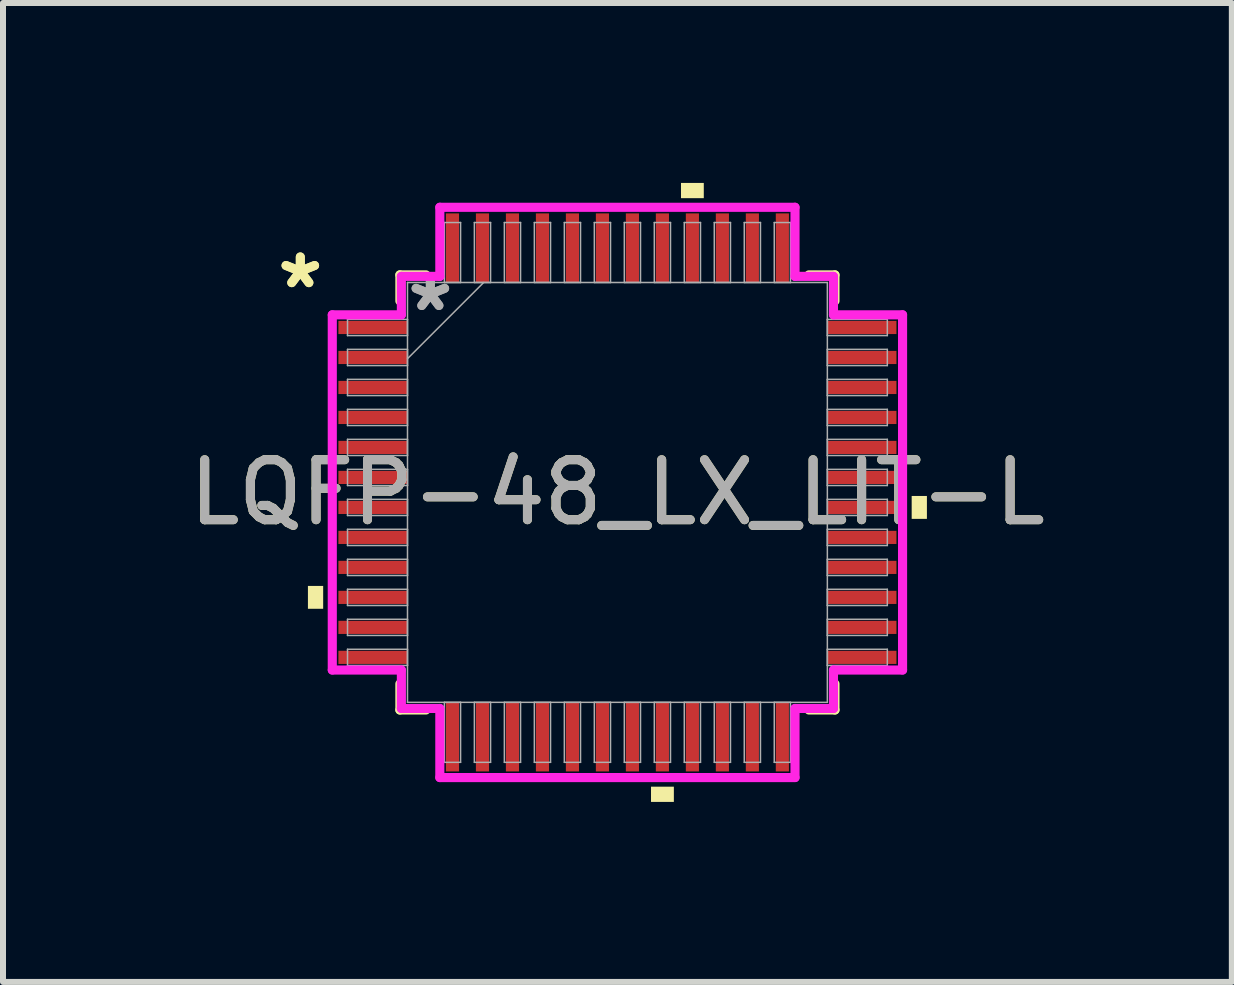
<source format=kicad_pcb>
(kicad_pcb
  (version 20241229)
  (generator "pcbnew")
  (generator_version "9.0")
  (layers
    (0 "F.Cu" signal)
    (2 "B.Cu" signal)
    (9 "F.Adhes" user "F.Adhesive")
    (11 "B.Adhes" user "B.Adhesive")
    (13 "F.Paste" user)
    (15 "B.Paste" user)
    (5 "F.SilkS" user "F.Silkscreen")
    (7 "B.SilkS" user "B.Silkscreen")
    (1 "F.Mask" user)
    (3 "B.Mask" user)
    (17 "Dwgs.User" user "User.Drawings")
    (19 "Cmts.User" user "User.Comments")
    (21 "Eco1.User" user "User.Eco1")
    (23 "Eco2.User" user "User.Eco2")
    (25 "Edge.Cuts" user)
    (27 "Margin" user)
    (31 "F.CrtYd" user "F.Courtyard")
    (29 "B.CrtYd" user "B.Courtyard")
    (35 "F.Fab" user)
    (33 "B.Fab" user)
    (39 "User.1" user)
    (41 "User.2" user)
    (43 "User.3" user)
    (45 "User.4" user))
  (footprint "LQFP-48_LX_LIT-L"
    (layer "F.Cu")
    (at 7.244 5.16)
    (property "Reference" "LQFP-48_LX_LIT-L" (at 0 0 0) (unlocked yes) (layer "F.SilkS") (effects (font (size 1 1) (thickness 0.15))))
    (attr smd)
    (fp_line (start -3.627 -3.627) (end -3.627 -3.192) (stroke (width 0.152) (type solid)) (layer "F.SilkS"))
    (fp_line (start -3.627 3.192) (end -3.627 3.627) (stroke (width 0.152) (type solid)) (layer "F.SilkS"))
    (fp_line (start -3.627 3.627) (end -3.192 3.627) (stroke (width 0.152) (type solid)) (layer "F.SilkS"))
    (fp_line (start -3.192 -3.627) (end -3.627 -3.627) (stroke (width 0.152) (type solid)) (layer "F.SilkS"))
    (fp_line (start 3.192 3.627) (end 3.627 3.627) (stroke (width 0.152) (type solid)) (layer "F.SilkS"))
    (fp_line (start 3.627 -3.627) (end 3.192 -3.627) (stroke (width 0.152) (type solid)) (layer "F.SilkS"))
    (fp_line (start 3.627 -3.192) (end 3.627 -3.627) (stroke (width 0.152) (type solid)) (layer "F.SilkS"))
    (fp_line (start 3.627 3.627) (end 3.627 3.192) (stroke (width 0.152) (type solid)) (layer "F.SilkS"))
    (fp_poly (pts (xy -5.16 1.559) (xy -5.16 1.94) (xy -4.906 1.94) (xy -4.906 1.559)) (stroke (width 0) (type solid)) (fill yes) (layer "F.SilkS"))
    (fp_poly (pts (xy 0.56 4.906) (xy 0.56 5.16) (xy 0.941 5.16) (xy 0.941 4.906)) (stroke (width 0) (type solid)) (fill yes) (layer "F.SilkS"))
    (fp_poly (pts (xy 1.06 -4.906) (xy 1.06 -5.16) (xy 1.44 -5.16) (xy 1.44 -4.906)) (stroke (width 0) (type solid)) (fill yes) (layer "F.SilkS"))
    (fp_poly (pts (xy 5.16 0.059) (xy 5.16 0.441) (xy 4.906 0.441) (xy 4.906 0.059)) (stroke (width 0) (type solid)) (fill yes) (layer "F.SilkS"))
    (fp_line (start -4.754 -2.961) (end -3.602 -2.961) (stroke (width 0.152) (type solid)) (layer "F.CrtYd"))
    (fp_line (start -4.754 2.961) (end -4.754 -2.961) (stroke (width 0.152) (type solid)) (layer "F.CrtYd"))
    (fp_line (start -3.602 -3.602) (end -2.961 -3.602) (stroke (width 0.152) (type solid)) (layer "F.CrtYd"))
    (fp_line (start -3.602 -2.961) (end -3.602 -3.602) (stroke (width 0.152) (type solid)) (layer "F.CrtYd"))
    (fp_line (start -3.602 2.961) (end -4.754 2.961) (stroke (width 0.152) (type solid)) (layer "F.CrtYd"))
    (fp_line (start -3.602 3.602) (end -3.602 2.961) (stroke (width 0.152) (type solid)) (layer "F.CrtYd"))
    (fp_line (start -3.602 3.602) (end -2.961 3.602) (stroke (width 0.152) (type solid)) (layer "F.CrtYd"))
    (fp_line (start -2.961 -4.754) (end 2.961 -4.754) (stroke (width 0.152) (type solid)) (layer "F.CrtYd"))
    (fp_line (start -2.961 -3.602) (end -2.961 -4.754) (stroke (width 0.152) (type solid)) (layer "F.CrtYd"))
    (fp_line (start -2.961 3.602) (end -2.961 4.754) (stroke (width 0.152) (type solid)) (layer "F.CrtYd"))
    (fp_line (start -2.961 4.754) (end 2.961 4.754) (stroke (width 0.152) (type solid)) (layer "F.CrtYd"))
    (fp_line (start 2.961 -4.754) (end 2.961 -3.602) (stroke (width 0.152) (type solid)) (layer "F.CrtYd"))
    (fp_line (start 2.961 -3.602) (end 3.602 -3.602) (stroke (width 0.152) (type solid)) (layer "F.CrtYd"))
    (fp_line (start 2.961 3.602) (end 3.602 3.602) (stroke (width 0.152) (type solid)) (layer "F.CrtYd"))
    (fp_line (start 2.961 4.754) (end 2.961 3.602) (stroke (width 0.152) (type solid)) (layer "F.CrtYd"))
    (fp_line (start 3.602 -2.961) (end 3.602 -3.602) (stroke (width 0.152) (type solid)) (layer "F.CrtYd"))
    (fp_line (start 3.602 2.961) (end 4.754 2.961) (stroke (width 0.152) (type solid)) (layer "F.CrtYd"))
    (fp_line (start 3.602 3.602) (end 3.602 2.961) (stroke (width 0.152) (type solid)) (layer "F.CrtYd"))
    (fp_line (start 4.754 -2.961) (end 3.602 -2.961) (stroke (width 0.152) (type solid)) (layer "F.CrtYd"))
    (fp_line (start 4.754 2.961) (end 4.754 -2.961) (stroke (width 0.152) (type solid)) (layer "F.CrtYd"))
    (fp_line (start -4.5 -2.885) (end -4.5 -2.615) (stroke (width 0.025) (type solid)) (layer "F.Fab"))
    (fp_line (start -4.5 -2.615) (end -3.5 -2.615) (stroke (width 0.025) (type solid)) (layer "F.Fab"))
    (fp_line (start -4.5 -2.385) (end -4.5 -2.115) (stroke (width 0.025) (type solid)) (layer "F.Fab"))
    (fp_line (start -4.5 -2.115) (end -3.5 -2.115) (stroke (width 0.025) (type solid)) (layer "F.Fab"))
    (fp_line (start -4.5 -1.885) (end -4.5 -1.615) (stroke (width 0.025) (type solid)) (layer "F.Fab"))
    (fp_line (start -4.5 -1.615) (end -3.5 -1.615) (stroke (width 0.025) (type solid)) (layer "F.Fab"))
    (fp_line (start -4.5 -1.385) (end -4.5 -1.115) (stroke (width 0.025) (type solid)) (layer "F.Fab"))
    (fp_line (start -4.5 -1.115) (end -3.5 -1.115) (stroke (width 0.025) (type solid)) (layer "F.Fab"))
    (fp_line (start -4.5 -0.885) (end -4.5 -0.615) (stroke (width 0.025) (type solid)) (layer "F.Fab"))
    (fp_line (start -4.5 -0.615) (end -3.5 -0.615) (stroke (width 0.025) (type solid)) (layer "F.Fab"))
    (fp_line (start -4.5 -0.385) (end -4.5 -0.115) (stroke (width 0.025) (type solid)) (layer "F.Fab"))
    (fp_line (start -4.5 -0.115) (end -3.5 -0.115) (stroke (width 0.025) (type solid)) (layer "F.Fab"))
    (fp_line (start -4.5 0.115) (end -4.5 0.385) (stroke (width 0.025) (type solid)) (layer "F.Fab"))
    (fp_line (start -4.5 0.385) (end -3.5 0.385) (stroke (width 0.025) (type solid)) (layer "F.Fab"))
    (fp_line (start -4.5 0.615) (end -4.5 0.885) (stroke (width 0.025) (type solid)) (layer "F.Fab"))
    (fp_line (start -4.5 0.885) (end -3.5 0.885) (stroke (width 0.025) (type solid)) (layer "F.Fab"))
    (fp_line (start -4.5 1.115) (end -4.5 1.385) (stroke (width 0.025) (type solid)) (layer "F.Fab"))
    (fp_line (start -4.5 1.385) (end -3.5 1.385) (stroke (width 0.025) (type solid)) (layer "F.Fab"))
    (fp_line (start -4.5 1.615) (end -4.5 1.885) (stroke (width 0.025) (type solid)) (layer "F.Fab"))
    (fp_line (start -4.5 1.885) (end -3.5 1.885) (stroke (width 0.025) (type solid)) (layer "F.Fab"))
    (fp_line (start -4.5 2.115) (end -4.5 2.385) (stroke (width 0.025) (type solid)) (layer "F.Fab"))
    (fp_line (start -4.5 2.385) (end -3.5 2.385) (stroke (width 0.025) (type solid)) (layer "F.Fab"))
    (fp_line (start -4.5 2.615) (end -4.5 2.885) (stroke (width 0.025) (type solid)) (layer "F.Fab"))
    (fp_line (start -4.5 2.885) (end -3.5 2.885) (stroke (width 0.025) (type solid)) (layer "F.Fab"))
    (fp_line (start -3.5 -3.5) (end -3.5 3.5) (stroke (width 0.025) (type solid)) (layer "F.Fab"))
    (fp_line (start -3.5 -2.885) (end -4.5 -2.885) (stroke (width 0.025) (type solid)) (layer "F.Fab"))
    (fp_line (start -3.5 -2.615) (end -3.5 -2.885) (stroke (width 0.025) (type solid)) (layer "F.Fab"))
    (fp_line (start -3.5 -2.385) (end -4.5 -2.385) (stroke (width 0.025) (type solid)) (layer "F.Fab"))
    (fp_line (start -3.5 -2.23) (end -2.23 -3.5) (stroke (width 0.025) (type solid)) (layer "F.Fab"))
    (fp_line (start -3.5 -2.115) (end -3.5 -2.385) (stroke (width 0.025) (type solid)) (layer "F.Fab"))
    (fp_line (start -3.5 -1.885) (end -4.5 -1.885) (stroke (width 0.025) (type solid)) (layer "F.Fab"))
    (fp_line (start -3.5 -1.615) (end -3.5 -1.885) (stroke (width 0.025) (type solid)) (layer "F.Fab"))
    (fp_line (start -3.5 -1.385) (end -4.5 -1.385) (stroke (width 0.025) (type solid)) (layer "F.Fab"))
    (fp_line (start -3.5 -1.115) (end -3.5 -1.385) (stroke (width 0.025) (type solid)) (layer "F.Fab"))
    (fp_line (start -3.5 -0.885) (end -4.5 -0.885) (stroke (width 0.025) (type solid)) (layer "F.Fab"))
    (fp_line (start -3.5 -0.615) (end -3.5 -0.885) (stroke (width 0.025) (type solid)) (layer "F.Fab"))
    (fp_line (start -3.5 -0.385) (end -4.5 -0.385) (stroke (width 0.025) (type solid)) (layer "F.Fab"))
    (fp_line (start -3.5 -0.115) (end -3.5 -0.385) (stroke (width 0.025) (type solid)) (layer "F.Fab"))
    (fp_line (start -3.5 0.115) (end -4.5 0.115) (stroke (width 0.025) (type solid)) (layer "F.Fab"))
    (fp_line (start -3.5 0.385) (end -3.5 0.115) (stroke (width 0.025) (type solid)) (layer "F.Fab"))
    (fp_line (start -3.5 0.615) (end -4.5 0.615) (stroke (width 0.025) (type solid)) (layer "F.Fab"))
    (fp_line (start -3.5 0.885) (end -3.5 0.615) (stroke (width 0.025) (type solid)) (layer "F.Fab"))
    (fp_line (start -3.5 1.115) (end -4.5 1.115) (stroke (width 0.025) (type solid)) (layer "F.Fab"))
    (fp_line (start -3.5 1.385) (end -3.5 1.115) (stroke (width 0.025) (type solid)) (layer "F.Fab"))
    (fp_line (start -3.5 1.615) (end -4.5 1.615) (stroke (width 0.025) (type solid)) (layer "F.Fab"))
    (fp_line (start -3.5 1.885) (end -3.5 1.615) (stroke (width 0.025) (type solid)) (layer "F.Fab"))
    (fp_line (start -3.5 2.115) (end -4.5 2.115) (stroke (width 0.025) (type solid)) (layer "F.Fab"))
    (fp_line (start -3.5 2.385) (end -3.5 2.115) (stroke (width 0.025) (type solid)) (layer "F.Fab"))
    (fp_line (start -3.5 2.615) (end -4.5 2.615) (stroke (width 0.025) (type solid)) (layer "F.Fab"))
    (fp_line (start -3.5 2.885) (end -3.5 2.615) (stroke (width 0.025) (type solid)) (layer "F.Fab"))
    (fp_line (start -3.5 3.5) (end 3.5 3.5) (stroke (width 0.025) (type solid)) (layer "F.Fab"))
    (fp_line (start -2.885 -4.5) (end -2.885 -3.5) (stroke (width 0.025) (type solid)) (layer "F.Fab"))
    (fp_line (start -2.885 -3.5) (end -2.615 -3.5) (stroke (width 0.025) (type solid)) (layer "F.Fab"))
    (fp_line (start -2.885 3.5) (end -2.885 4.5) (stroke (width 0.025) (type solid)) (layer "F.Fab"))
    (fp_line (start -2.885 4.5) (end -2.615 4.5) (stroke (width 0.025) (type solid)) (layer "F.Fab"))
    (fp_line (start -2.615 -4.5) (end -2.885 -4.5) (stroke (width 0.025) (type solid)) (layer "F.Fab"))
    (fp_line (start -2.615 -3.5) (end -2.615 -4.5) (stroke (width 0.025) (type solid)) (layer "F.Fab"))
    (fp_line (start -2.615 3.5) (end -2.885 3.5) (stroke (width 0.025) (type solid)) (layer "F.Fab"))
    (fp_line (start -2.615 4.5) (end -2.615 3.5) (stroke (width 0.025) (type solid)) (layer "F.Fab"))
    (fp_line (start -2.385 -4.5) (end -2.385 -3.5) (stroke (width 0.025) (type solid)) (layer "F.Fab"))
    (fp_line (start -2.385 -3.5) (end -2.115 -3.5) (stroke (width 0.025) (type solid)) (layer "F.Fab"))
    (fp_line (start -2.385 3.5) (end -2.385 4.5) (stroke (width 0.025) (type solid)) (layer "F.Fab"))
    (fp_line (start -2.385 4.5) (end -2.115 4.5) (stroke (width 0.025) (type solid)) (layer "F.Fab"))
    (fp_line (start -2.115 -4.5) (end -2.385 -4.5) (stroke (width 0.025) (type solid)) (layer "F.Fab"))
    (fp_line (start -2.115 -3.5) (end -2.115 -4.5) (stroke (width 0.025) (type solid)) (layer "F.Fab"))
    (fp_line (start -2.115 3.5) (end -2.385 3.5) (stroke (width 0.025) (type solid)) (layer "F.Fab"))
    (fp_line (start -2.115 4.5) (end -2.115 3.5) (stroke (width 0.025) (type solid)) (layer "F.Fab"))
    (fp_line (start -1.885 -4.5) (end -1.885 -3.5) (stroke (width 0.025) (type solid)) (layer "F.Fab"))
    (fp_line (start -1.885 -3.5) (end -1.615 -3.5) (stroke (width 0.025) (type solid)) (layer "F.Fab"))
    (fp_line (start -1.885 3.5) (end -1.885 4.5) (stroke (width 0.025) (type solid)) (layer "F.Fab"))
    (fp_line (start -1.885 4.5) (end -1.615 4.5) (stroke (width 0.025) (type solid)) (layer "F.Fab"))
    (fp_line (start -1.615 -4.5) (end -1.885 -4.5) (stroke (width 0.025) (type solid)) (layer "F.Fab"))
    (fp_line (start -1.615 -3.5) (end -1.615 -4.5) (stroke (width 0.025) (type solid)) (layer "F.Fab"))
    (fp_line (start -1.615 3.5) (end -1.885 3.5) (stroke (width 0.025) (type solid)) (layer "F.Fab"))
    (fp_line (start -1.615 4.5) (end -1.615 3.5) (stroke (width 0.025) (type solid)) (layer "F.Fab"))
    (fp_line (start -1.385 -4.5) (end -1.385 -3.5) (stroke (width 0.025) (type solid)) (layer "F.Fab"))
    (fp_line (start -1.385 -3.5) (end -1.115 -3.5) (stroke (width 0.025) (type solid)) (layer "F.Fab"))
    (fp_line (start -1.385 3.5) (end -1.385 4.5) (stroke (width 0.025) (type solid)) (layer "F.Fab"))
    (fp_line (start -1.385 4.5) (end -1.115 4.5) (stroke (width 0.025) (type solid)) (layer "F.Fab"))
    (fp_line (start -1.115 -4.5) (end -1.385 -4.5) (stroke (width 0.025) (type solid)) (layer "F.Fab"))
    (fp_line (start -1.115 -3.5) (end -1.115 -4.5) (stroke (width 0.025) (type solid)) (layer "F.Fab"))
    (fp_line (start -1.115 3.5) (end -1.385 3.5) (stroke (width 0.025) (type solid)) (layer "F.Fab"))
    (fp_line (start -1.115 4.5) (end -1.115 3.5) (stroke (width 0.025) (type solid)) (layer "F.Fab"))
    (fp_line (start -0.885 -4.5) (end -0.885 -3.5) (stroke (width 0.025) (type solid)) (layer "F.Fab"))
    (fp_line (start -0.885 -3.5) (end -0.615 -3.5) (stroke (width 0.025) (type solid)) (layer "F.Fab"))
    (fp_line (start -0.885 3.5) (end -0.885 4.5) (stroke (width 0.025) (type solid)) (layer "F.Fab"))
    (fp_line (start -0.885 4.5) (end -0.615 4.5) (stroke (width 0.025) (type solid)) (layer "F.Fab"))
    (fp_line (start -0.615 -4.5) (end -0.885 -4.5) (stroke (width 0.025) (type solid)) (layer "F.Fab"))
    (fp_line (start -0.615 -3.5) (end -0.615 -4.5) (stroke (width 0.025) (type solid)) (layer "F.Fab"))
    (fp_line (start -0.615 3.5) (end -0.885 3.5) (stroke (width 0.025) (type solid)) (layer "F.Fab"))
    (fp_line (start -0.615 4.5) (end -0.615 3.5) (stroke (width 0.025) (type solid)) (layer "F.Fab"))
    (fp_line (start -0.385 -4.5) (end -0.385 -3.5) (stroke (width 0.025) (type solid)) (layer "F.Fab"))
    (fp_line (start -0.385 -3.5) (end -0.115 -3.5) (stroke (width 0.025) (type solid)) (layer "F.Fab"))
    (fp_line (start -0.385 3.5) (end -0.385 4.5) (stroke (width 0.025) (type solid)) (layer "F.Fab"))
    (fp_line (start -0.385 4.5) (end -0.115 4.5) (stroke (width 0.025) (type solid)) (layer "F.Fab"))
    (fp_line (start -0.115 -4.5) (end -0.385 -4.5) (stroke (width 0.025) (type solid)) (layer "F.Fab"))
    (fp_line (start -0.115 -3.5) (end -0.115 -4.5) (stroke (width 0.025) (type solid)) (layer "F.Fab"))
    (fp_line (start -0.115 3.5) (end -0.385 3.5) (stroke (width 0.025) (type solid)) (layer "F.Fab"))
    (fp_line (start -0.115 4.5) (end -0.115 3.5) (stroke (width 0.025) (type solid)) (layer "F.Fab"))
    (fp_line (start 0.115 -4.5) (end 0.115 -3.5) (stroke (width 0.025) (type solid)) (layer "F.Fab"))
    (fp_line (start 0.115 -3.5) (end 0.385 -3.5) (stroke (width 0.025) (type solid)) (layer "F.Fab"))
    (fp_line (start 0.115 3.5) (end 0.115 4.5) (stroke (width 0.025) (type solid)) (layer "F.Fab"))
    (fp_line (start 0.115 4.5) (end 0.385 4.5) (stroke (width 0.025) (type solid)) (layer "F.Fab"))
    (fp_line (start 0.385 -4.5) (end 0.115 -4.5) (stroke (width 0.025) (type solid)) (layer "F.Fab"))
    (fp_line (start 0.385 -3.5) (end 0.385 -4.5) (stroke (width 0.025) (type solid)) (layer "F.Fab"))
    (fp_line (start 0.385 3.5) (end 0.115 3.5) (stroke (width 0.025) (type solid)) (layer "F.Fab"))
    (fp_line (start 0.385 4.5) (end 0.385 3.5) (stroke (width 0.025) (type solid)) (layer "F.Fab"))
    (fp_line (start 0.615 -4.5) (end 0.615 -3.5) (stroke (width 0.025) (type solid)) (layer "F.Fab"))
    (fp_line (start 0.615 -3.5) (end 0.885 -3.5) (stroke (width 0.025) (type solid)) (layer "F.Fab"))
    (fp_line (start 0.615 3.5) (end 0.615 4.5) (stroke (width 0.025) (type solid)) (layer "F.Fab"))
    (fp_line (start 0.615 4.5) (end 0.885 4.5) (stroke (width 0.025) (type solid)) (layer "F.Fab"))
    (fp_line (start 0.885 -4.5) (end 0.615 -4.5) (stroke (width 0.025) (type solid)) (layer "F.Fab"))
    (fp_line (start 0.885 -3.5) (end 0.885 -4.5) (stroke (width 0.025) (type solid)) (layer "F.Fab"))
    (fp_line (start 0.885 3.5) (end 0.615 3.5) (stroke (width 0.025) (type solid)) (layer "F.Fab"))
    (fp_line (start 0.885 4.5) (end 0.885 3.5) (stroke (width 0.025) (type solid)) (layer "F.Fab"))
    (fp_line (start 1.115 -4.5) (end 1.115 -3.5) (stroke (width 0.025) (type solid)) (layer "F.Fab"))
    (fp_line (start 1.115 -3.5) (end 1.385 -3.5) (stroke (width 0.025) (type solid)) (layer "F.Fab"))
    (fp_line (start 1.115 3.5) (end 1.115 4.5) (stroke (width 0.025) (type solid)) (layer "F.Fab"))
    (fp_line (start 1.115 4.5) (end 1.385 4.5) (stroke (width 0.025) (type solid)) (layer "F.Fab"))
    (fp_line (start 1.385 -4.5) (end 1.115 -4.5) (stroke (width 0.025) (type solid)) (layer "F.Fab"))
    (fp_line (start 1.385 -3.5) (end 1.385 -4.5) (stroke (width 0.025) (type solid)) (layer "F.Fab"))
    (fp_line (start 1.385 3.5) (end 1.115 3.5) (stroke (width 0.025) (type solid)) (layer "F.Fab"))
    (fp_line (start 1.385 4.5) (end 1.385 3.5) (stroke (width 0.025) (type solid)) (layer "F.Fab"))
    (fp_line (start 1.615 -4.5) (end 1.615 -3.5) (stroke (width 0.025) (type solid)) (layer "F.Fab"))
    (fp_line (start 1.615 -3.5) (end 1.885 -3.5) (stroke (width 0.025) (type solid)) (layer "F.Fab"))
    (fp_line (start 1.615 3.5) (end 1.615 4.5) (stroke (width 0.025) (type solid)) (layer "F.Fab"))
    (fp_line (start 1.615 4.5) (end 1.885 4.5) (stroke (width 0.025) (type solid)) (layer "F.Fab"))
    (fp_line (start 1.885 -4.5) (end 1.615 -4.5) (stroke (width 0.025) (type solid)) (layer "F.Fab"))
    (fp_line (start 1.885 -3.5) (end 1.885 -4.5) (stroke (width 0.025) (type solid)) (layer "F.Fab"))
    (fp_line (start 1.885 3.5) (end 1.615 3.5) (stroke (width 0.025) (type solid)) (layer "F.Fab"))
    (fp_line (start 1.885 4.5) (end 1.885 3.5) (stroke (width 0.025) (type solid)) (layer "F.Fab"))
    (fp_line (start 2.115 -4.5) (end 2.115 -3.5) (stroke (width 0.025) (type solid)) (layer "F.Fab"))
    (fp_line (start 2.115 -3.5) (end 2.385 -3.5) (stroke (width 0.025) (type solid)) (layer "F.Fab"))
    (fp_line (start 2.115 3.5) (end 2.115 4.5) (stroke (width 0.025) (type solid)) (layer "F.Fab"))
    (fp_line (start 2.115 4.5) (end 2.385 4.5) (stroke (width 0.025) (type solid)) (layer "F.Fab"))
    (fp_line (start 2.385 -4.5) (end 2.115 -4.5) (stroke (width 0.025) (type solid)) (layer "F.Fab"))
    (fp_line (start 2.385 -3.5) (end 2.385 -4.5) (stroke (width 0.025) (type solid)) (layer "F.Fab"))
    (fp_line (start 2.385 3.5) (end 2.115 3.5) (stroke (width 0.025) (type solid)) (layer "F.Fab"))
    (fp_line (start 2.385 4.5) (end 2.385 3.5) (stroke (width 0.025) (type solid)) (layer "F.Fab"))
    (fp_line (start 2.615 -4.5) (end 2.615 -3.5) (stroke (width 0.025) (type solid)) (layer "F.Fab"))
    (fp_line (start 2.615 -3.5) (end 2.885 -3.5) (stroke (width 0.025) (type solid)) (layer "F.Fab"))
    (fp_line (start 2.615 3.5) (end 2.615 4.5) (stroke (width 0.025) (type solid)) (layer "F.Fab"))
    (fp_line (start 2.615 4.5) (end 2.885 4.5) (stroke (width 0.025) (type solid)) (layer "F.Fab"))
    (fp_line (start 2.885 -4.5) (end 2.615 -4.5) (stroke (width 0.025) (type solid)) (layer "F.Fab"))
    (fp_line (start 2.885 -3.5) (end 2.885 -4.5) (stroke (width 0.025) (type solid)) (layer "F.Fab"))
    (fp_line (start 2.885 3.5) (end 2.615 3.5) (stroke (width 0.025) (type solid)) (layer "F.Fab"))
    (fp_line (start 2.885 4.5) (end 2.885 3.5) (stroke (width 0.025) (type solid)) (layer "F.Fab"))
    (fp_line (start 3.5 -3.5) (end -3.5 -3.5) (stroke (width 0.025) (type solid)) (layer "F.Fab"))
    (fp_line (start 3.5 -2.885) (end 3.5 -2.615) (stroke (width 0.025) (type solid)) (layer "F.Fab"))
    (fp_line (start 3.5 -2.615) (end 4.5 -2.615) (stroke (width 0.025) (type solid)) (layer "F.Fab"))
    (fp_line (start 3.5 -2.385) (end 3.5 -2.115) (stroke (width 0.025) (type solid)) (layer "F.Fab"))
    (fp_line (start 3.5 -2.115) (end 4.5 -2.115) (stroke (width 0.025) (type solid)) (layer "F.Fab"))
    (fp_line (start 3.5 -1.885) (end 3.5 -1.615) (stroke (width 0.025) (type solid)) (layer "F.Fab"))
    (fp_line (start 3.5 -1.615) (end 4.5 -1.615) (stroke (width 0.025) (type solid)) (layer "F.Fab"))
    (fp_line (start 3.5 -1.385) (end 3.5 -1.115) (stroke (width 0.025) (type solid)) (layer "F.Fab"))
    (fp_line (start 3.5 -1.115) (end 4.5 -1.115) (stroke (width 0.025) (type solid)) (layer "F.Fab"))
    (fp_line (start 3.5 -0.885) (end 3.5 -0.615) (stroke (width 0.025) (type solid)) (layer "F.Fab"))
    (fp_line (start 3.5 -0.615) (end 4.5 -0.615) (stroke (width 0.025) (type solid)) (layer "F.Fab"))
    (fp_line (start 3.5 -0.385) (end 3.5 -0.115) (stroke (width 0.025) (type solid)) (layer "F.Fab"))
    (fp_line (start 3.5 -0.115) (end 4.5 -0.115) (stroke (width 0.025) (type solid)) (layer "F.Fab"))
    (fp_line (start 3.5 0.115) (end 3.5 0.385) (stroke (width 0.025) (type solid)) (layer "F.Fab"))
    (fp_line (start 3.5 0.385) (end 4.5 0.385) (stroke (width 0.025) (type solid)) (layer "F.Fab"))
    (fp_line (start 3.5 0.615) (end 3.5 0.885) (stroke (width 0.025) (type solid)) (layer "F.Fab"))
    (fp_line (start 3.5 0.885) (end 4.5 0.885) (stroke (width 0.025) (type solid)) (layer "F.Fab"))
    (fp_line (start 3.5 1.115) (end 3.5 1.385) (stroke (width 0.025) (type solid)) (layer "F.Fab"))
    (fp_line (start 3.5 1.385) (end 4.5 1.385) (stroke (width 0.025) (type solid)) (layer "F.Fab"))
    (fp_line (start 3.5 1.615) (end 3.5 1.885) (stroke (width 0.025) (type solid)) (layer "F.Fab"))
    (fp_line (start 3.5 1.885) (end 4.5 1.885) (stroke (width 0.025) (type solid)) (layer "F.Fab"))
    (fp_line (start 3.5 2.115) (end 3.5 2.385) (stroke (width 0.025) (type solid)) (layer "F.Fab"))
    (fp_line (start 3.5 2.385) (end 4.5 2.385) (stroke (width 0.025) (type solid)) (layer "F.Fab"))
    (fp_line (start 3.5 2.615) (end 3.5 2.885) (stroke (width 0.025) (type solid)) (layer "F.Fab"))
    (fp_line (start 3.5 2.885) (end 4.5 2.885) (stroke (width 0.025) (type solid)) (layer "F.Fab"))
    (fp_line (start 3.5 3.5) (end 3.5 -3.5) (stroke (width 0.025) (type solid)) (layer "F.Fab"))
    (fp_line (start 4.5 -2.885) (end 3.5 -2.885) (stroke (width 0.025) (type solid)) (layer "F.Fab"))
    (fp_line (start 4.5 -2.615) (end 4.5 -2.885) (stroke (width 0.025) (type solid)) (layer "F.Fab"))
    (fp_line (start 4.5 -2.385) (end 3.5 -2.385) (stroke (width 0.025) (type solid)) (layer "F.Fab"))
    (fp_line (start 4.5 -2.115) (end 4.5 -2.385) (stroke (width 0.025) (type solid)) (layer "F.Fab"))
    (fp_line (start 4.5 -1.885) (end 3.5 -1.885) (stroke (width 0.025) (type solid)) (layer "F.Fab"))
    (fp_line (start 4.5 -1.615) (end 4.5 -1.885) (stroke (width 0.025) (type solid)) (layer "F.Fab"))
    (fp_line (start 4.5 -1.385) (end 3.5 -1.385) (stroke (width 0.025) (type solid)) (layer "F.Fab"))
    (fp_line (start 4.5 -1.115) (end 4.5 -1.385) (stroke (width 0.025) (type solid)) (layer "F.Fab"))
    (fp_line (start 4.5 -0.885) (end 3.5 -0.885) (stroke (width 0.025) (type solid)) (layer "F.Fab"))
    (fp_line (start 4.5 -0.615) (end 4.5 -0.885) (stroke (width 0.025) (type solid)) (layer "F.Fab"))
    (fp_line (start 4.5 -0.385) (end 3.5 -0.385) (stroke (width 0.025) (type solid)) (layer "F.Fab"))
    (fp_line (start 4.5 -0.115) (end 4.5 -0.385) (stroke (width 0.025) (type solid)) (layer "F.Fab"))
    (fp_line (start 4.5 0.115) (end 3.5 0.115) (stroke (width 0.025) (type solid)) (layer "F.Fab"))
    (fp_line (start 4.5 0.385) (end 4.5 0.115) (stroke (width 0.025) (type solid)) (layer "F.Fab"))
    (fp_line (start 4.5 0.615) (end 3.5 0.615) (stroke (width 0.025) (type solid)) (layer "F.Fab"))
    (fp_line (start 4.5 0.885) (end 4.5 0.615) (stroke (width 0.025) (type solid)) (layer "F.Fab"))
    (fp_line (start 4.5 1.115) (end 3.5 1.115) (stroke (width 0.025) (type solid)) (layer "F.Fab"))
    (fp_line (start 4.5 1.385) (end 4.5 1.115) (stroke (width 0.025) (type solid)) (layer "F.Fab"))
    (fp_line (start 4.5 1.615) (end 3.5 1.615) (stroke (width 0.025) (type solid)) (layer "F.Fab"))
    (fp_line (start 4.5 1.885) (end 4.5 1.615) (stroke (width 0.025) (type solid)) (layer "F.Fab"))
    (fp_line (start 4.5 2.115) (end 3.5 2.115) (stroke (width 0.025) (type solid)) (layer "F.Fab"))
    (fp_line (start 4.5 2.385) (end 4.5 2.115) (stroke (width 0.025) (type solid)) (layer "F.Fab"))
    (fp_line (start 4.5 2.615) (end 3.5 2.615) (stroke (width 0.025) (type solid)) (layer "F.Fab"))
    (fp_line (start 4.5 2.885) (end 4.5 2.615) (stroke (width 0.025) (type solid)) (layer "F.Fab"))
    (fp_text user "*" (at -5.287 -3.381 0) (unlocked yes) (layer "F.SilkS") (effects (font (size 1 1) (thickness 0.15))))
    (fp_text user "*" (at -5.287 -3.381 0) (layer "F.SilkS") (effects (font (size 1 1) (thickness 0.15))))
    (fp_text user "*" (at -3.119 -3 0) (unlocked yes) (layer "F.Fab") (effects (font (size 1 1) (thickness 0.15))))
    (fp_text user "*" (at -3.119 -3 0) (layer "F.Fab") (effects (font (size 1 1) (thickness 0.15))))
    (fp_text user "${REFERENCE}" (at 0 0 0) (unlocked yes) (layer "F.Fab") (effects (font (size 1 1) (thickness 0.15))))
    (pad "1" smd rect (at -4.076 -2.75 90) (size 0.219 1.152) (layers "F.Cu" "F.Mask" "F.Paste"))
    (pad "2" smd rect (at -4.076 -2.25 90) (size 0.219 1.152) (layers "F.Cu" "F.Mask" "F.Paste"))
    (pad "3" smd rect (at -4.076 -1.75 90) (size 0.219 1.152) (layers "F.Cu" "F.Mask" "F.Paste"))
    (pad "4" smd rect (at -4.076 -1.25 90) (size 0.219 1.152) (layers "F.Cu" "F.Mask" "F.Paste"))
    (pad "5" smd rect (at -4.076 -0.75 90) (size 0.219 1.152) (layers "F.Cu" "F.Mask" "F.Paste"))
    (pad "6" smd rect (at -4.076 -0.25 90) (size 0.219 1.152) (layers "F.Cu" "F.Mask" "F.Paste"))
    (pad "7" smd rect (at -4.076 0.25 90) (size 0.219 1.152) (layers "F.Cu" "F.Mask" "F.Paste"))
    (pad "8" smd rect (at -4.076 0.75 90) (size 0.219 1.152) (layers "F.Cu" "F.Mask" "F.Paste"))
    (pad "9" smd rect (at -4.076 1.25 90) (size 0.219 1.152) (layers "F.Cu" "F.Mask" "F.Paste"))
    (pad "10" smd rect (at -4.076 1.75 90) (size 0.219 1.152) (layers "F.Cu" "F.Mask" "F.Paste"))
    (pad "11" smd rect (at -4.076 2.25 90) (size 0.219 1.152) (layers "F.Cu" "F.Mask" "F.Paste"))
    (pad "12" smd rect (at -4.076 2.75 90) (size 0.219 1.152) (layers "F.Cu" "F.Mask" "F.Paste"))
    (pad "13" smd rect (at -2.75 4.076) (size 0.219 1.152) (layers "F.Cu" "F.Mask" "F.Paste"))
    (pad "14" smd rect (at -2.25 4.076) (size 0.219 1.152) (layers "F.Cu" "F.Mask" "F.Paste"))
    (pad "15" smd rect (at -1.75 4.076) (size 0.219 1.152) (layers "F.Cu" "F.Mask" "F.Paste"))
    (pad "16" smd rect (at -1.25 4.076) (size 0.219 1.152) (layers "F.Cu" "F.Mask" "F.Paste"))
    (pad "17" smd rect (at -0.75 4.076) (size 0.219 1.152) (layers "F.Cu" "F.Mask" "F.Paste"))
    (pad "18" smd rect (at -0.25 4.076) (size 0.219 1.152) (layers "F.Cu" "F.Mask" "F.Paste"))
    (pad "19" smd rect (at 0.25 4.076) (size 0.219 1.152) (layers "F.Cu" "F.Mask" "F.Paste"))
    (pad "20" smd rect (at 0.75 4.076) (size 0.219 1.152) (layers "F.Cu" "F.Mask" "F.Paste"))
    (pad "21" smd rect (at 1.25 4.076) (size 0.219 1.152) (layers "F.Cu" "F.Mask" "F.Paste"))
    (pad "22" smd rect (at 1.75 4.076) (size 0.219 1.152) (layers "F.Cu" "F.Mask" "F.Paste"))
    (pad "23" smd rect (at 2.25 4.076) (size 0.219 1.152) (layers "F.Cu" "F.Mask" "F.Paste"))
    (pad "24" smd rect (at 2.75 4.076) (size 0.219 1.152) (layers "F.Cu" "F.Mask" "F.Paste"))
    (pad "25" smd rect (at 4.076 2.75 90) (size 0.219 1.152) (layers "F.Cu" "F.Mask" "F.Paste"))
    (pad "26" smd rect (at 4.076 2.25 90) (size 0.219 1.152) (layers "F.Cu" "F.Mask" "F.Paste"))
    (pad "27" smd rect (at 4.076 1.75 90) (size 0.219 1.152) (layers "F.Cu" "F.Mask" "F.Paste"))
    (pad "28" smd rect (at 4.076 1.25 90) (size 0.219 1.152) (layers "F.Cu" "F.Mask" "F.Paste"))
    (pad "29" smd rect (at 4.076 0.75 90) (size 0.219 1.152) (layers "F.Cu" "F.Mask" "F.Paste"))
    (pad "30" smd rect (at 4.076 0.25 90) (size 0.219 1.152) (layers "F.Cu" "F.Mask" "F.Paste"))
    (pad "31" smd rect (at 4.076 -0.25 90) (size 0.219 1.152) (layers "F.Cu" "F.Mask" "F.Paste"))
    (pad "32" smd rect (at 4.076 -0.75 90) (size 0.219 1.152) (layers "F.Cu" "F.Mask" "F.Paste"))
    (pad "33" smd rect (at 4.076 -1.25 90) (size 0.219 1.152) (layers "F.Cu" "F.Mask" "F.Paste"))
    (pad "34" smd rect (at 4.076 -1.75 90) (size 0.219 1.152) (layers "F.Cu" "F.Mask" "F.Paste"))
    (pad "35" smd rect (at 4.076 -2.25 90) (size 0.219 1.152) (layers "F.Cu" "F.Mask" "F.Paste"))
    (pad "36" smd rect (at 4.076 -2.75 90) (size 0.219 1.152) (layers "F.Cu" "F.Mask" "F.Paste"))
    (pad "37" smd rect (at 2.75 -4.076) (size 0.219 1.152) (layers "F.Cu" "F.Mask" "F.Paste"))
    (pad "38" smd rect (at 2.25 -4.076) (size 0.219 1.152) (layers "F.Cu" "F.Mask" "F.Paste"))
    (pad "39" smd rect (at 1.75 -4.076) (size 0.219 1.152) (layers "F.Cu" "F.Mask" "F.Paste"))
    (pad "40" smd rect (at 1.25 -4.076) (size 0.219 1.152) (layers "F.Cu" "F.Mask" "F.Paste"))
    (pad "41" smd rect (at 0.75 -4.076) (size 0.219 1.152) (layers "F.Cu" "F.Mask" "F.Paste"))
    (pad "42" smd rect (at 0.25 -4.076) (size 0.219 1.152) (layers "F.Cu" "F.Mask" "F.Paste"))
    (pad "43" smd rect (at -0.25 -4.076) (size 0.219 1.152) (layers "F.Cu" "F.Mask" "F.Paste"))
    (pad "44" smd rect (at -0.75 -4.076) (size 0.219 1.152) (layers "F.Cu" "F.Mask" "F.Paste"))
    (pad "45" smd rect (at -1.25 -4.076) (size 0.219 1.152) (layers "F.Cu" "F.Mask" "F.Paste"))
    (pad "46" smd rect (at -1.75 -4.076) (size 0.219 1.152) (layers "F.Cu" "F.Mask" "F.Paste"))
    (pad "47" smd rect (at -2.25 -4.076) (size 0.219 1.152) (layers "F.Cu" "F.Mask" "F.Paste"))
    (pad "48" smd rect (at -2.75 -4.076) (size 0.219 1.152) (layers "F.Cu" "F.Mask" "F.Paste")))
  (gr_rect
    (start -3 -3)
    (end 17.488 13.321)
    (stroke (width 0.1) (type default))
    (fill no)
    (layer "Edge.Cuts")))
</source>
